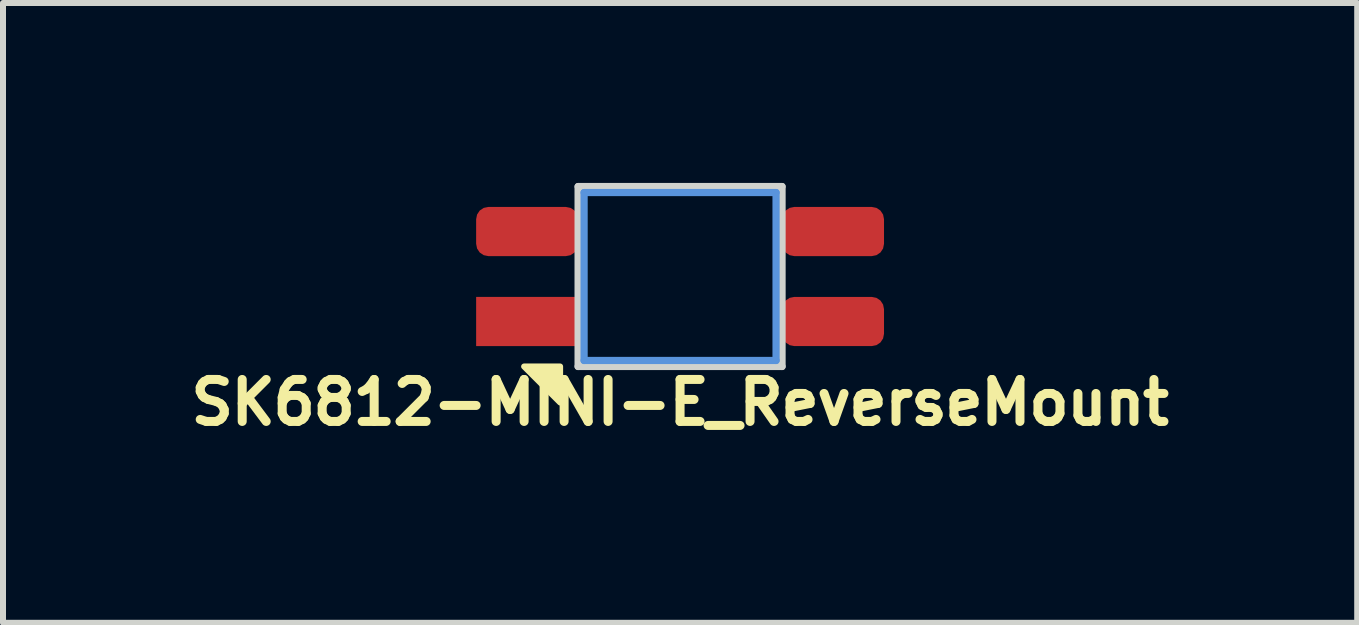
<source format=kicad_pcb>
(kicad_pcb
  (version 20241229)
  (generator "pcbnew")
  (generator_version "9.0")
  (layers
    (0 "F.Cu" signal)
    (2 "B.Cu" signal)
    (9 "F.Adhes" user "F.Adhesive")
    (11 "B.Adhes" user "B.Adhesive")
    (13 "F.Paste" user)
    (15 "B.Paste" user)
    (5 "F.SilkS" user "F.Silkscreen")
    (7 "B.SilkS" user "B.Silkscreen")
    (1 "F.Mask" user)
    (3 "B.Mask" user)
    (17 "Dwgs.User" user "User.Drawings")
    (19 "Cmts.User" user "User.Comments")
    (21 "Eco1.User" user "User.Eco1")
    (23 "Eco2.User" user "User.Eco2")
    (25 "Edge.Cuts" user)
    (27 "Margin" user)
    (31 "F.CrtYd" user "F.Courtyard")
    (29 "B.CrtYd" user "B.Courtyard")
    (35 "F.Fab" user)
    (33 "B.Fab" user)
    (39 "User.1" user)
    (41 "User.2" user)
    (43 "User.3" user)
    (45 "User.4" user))
  (footprint "SK6812-MINI-E_ReverseMount"
    (layer "F.Cu")
    (at 8.288 1.56)
    (property "Reference" "SK6812-MINI-E_ReverseMount" (at 0 2.1 0) (unlocked yes) (layer "F.SilkS") (effects (font (size 0.7 0.7) (thickness 0.15))))
    (attr through_hole)
    (fp_poly (pts (xy -2.6 1.5) (xy -2 1.5) (xy -2 2.1)) (stroke (width 0.1) (type solid)) (fill yes) (layer "F.SilkS"))
    (fp_line (start -1.6 -1.4) (end 1.6 -1.4) (stroke (width 0.12) (type solid)) (layer "Cmts.User"))
    (fp_line (start -1.6 1.4) (end -1.6 -1.4) (stroke (width 0.12) (type solid)) (layer "Cmts.User"))
    (fp_line (start 1.6 -1.4) (end 1.6 1.4) (stroke (width 0.12) (type solid)) (layer "Cmts.User"))
    (fp_line (start 1.6 1.4) (end -1.6 1.4) (stroke (width 0.12) (type solid)) (layer "Cmts.User"))
    (fp_line (start -1.7 -1.5) (end 1.7 -1.5) (stroke (width 0.12) (type solid)) (layer "Edge.Cuts"))
    (fp_line (start -1.7 1.5) (end -1.7 -1.5) (stroke (width 0.12) (type solid)) (layer "Edge.Cuts"))
    (fp_line (start 1.7 -1.5) (end 1.7 1.5) (stroke (width 0.12) (type solid)) (layer "Edge.Cuts"))
    (fp_line (start 1.7 1.5) (end -1.7 1.5) (stroke (width 0.12) (type solid)) (layer "Edge.Cuts"))
    (pad "1" smd rect (at -2.55 0.75) (size 1.7 0.82) (layers "F.Cu" "F.Mask" "F.Paste"))
    (pad "2" smd roundrect (at -2.55 -0.75) (size 1.7 0.82) (layers "F.Cu" "F.Mask" "F.Paste") (roundrect_rratio 0.25))
    (pad "3" smd roundrect (at 2.55 -0.75) (size 1.7 0.82) (layers "F.Cu" "F.Mask" "F.Paste") (roundrect_rratio 0.25))
    (pad "4" smd roundrect (at 2.55 0.75) (size 1.7 0.82) (layers "F.Cu" "F.Mask" "F.Paste") (roundrect_rratio 0.25)))
  (gr_rect
    (start -3 -3)
    (end 19.577 7.333)
    (stroke (width 0.1) (type default))
    (fill no)
    (layer "Edge.Cuts")))
</source>
